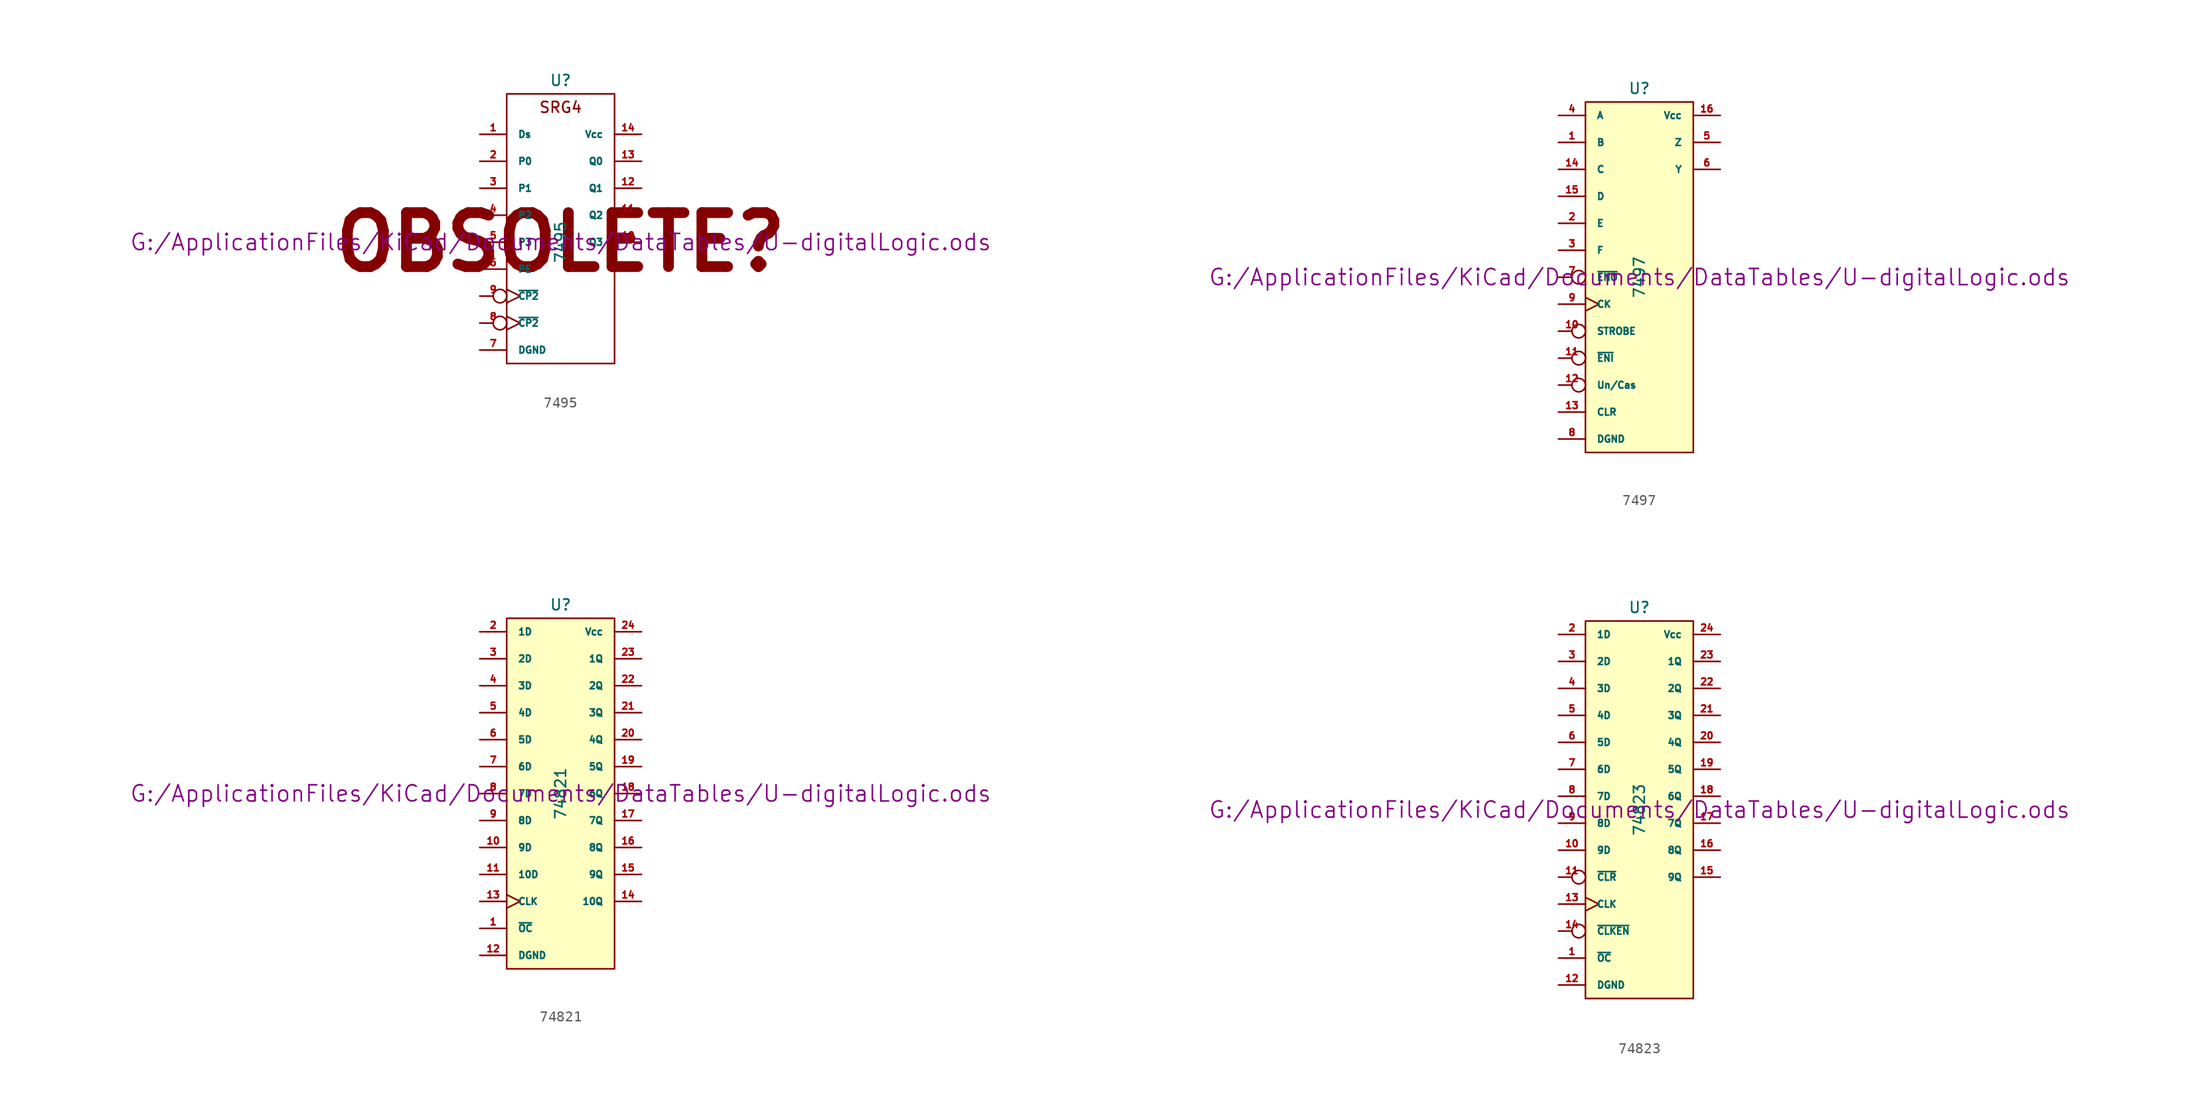
<source format=kicad_sym>
(kicad_symbol_lib
  (version 20211014)
  (generator kicad_symbol_editor)
  (symbol "7495"
    (pin_names
      (offset 1.016))
    (property "Reference" "U"
      (at 0 15.24 0)
      (effects (font (size 1.016 1.016))))
    (property "Value" "7495"
      (at 0 0 90)
      (effects (font (size 1.016 1.016))))
    (property "Footprint" ""
      (at 0 0 0)
      (effects (font (size 1.524 1.524))))
    (property "Datasheet" "G:/ApplicationFiles/KiCad/Documents/DataTables/U-digitalLogic.ods"
      (at 0 0 0)
      (effects (font (size 1.524 1.524))))
    (symbol "7495_0_0"
      (text "OBSOLETE?" (at 0 0 0) (effects (font (size 5.08 5.08) bold)))
      (text "SRG4" (at 0 12.7 0) (effects (font (size 1.016 1.016)))))
    (symbol "7495_0_1"
      (rectangle (start -5.08 13.97) (end 5.08 -11.43) (stroke (width 0) (type default) (color 0 0 0 0)) (fill (type none))))
    (symbol "7495_1_1"
      (pin input line (at -7.62 10.16 0) (length 2.54) (name "Ds" (effects (font (size 0.635 0.635)))) (number "1" (effects (font (size 0.635 0.635)))))
      (pin output line (at 7.62 0 180) (length 2.54) (name "Q3" (effects (font (size 0.635 0.635)))) (number "10" (effects (font (size 0.635 0.635)))))
      (pin output line (at 7.62 2.54 180) (length 2.54) (name "Q2" (effects (font (size 0.635 0.635)))) (number "11" (effects (font (size 0.635 0.635)))))
      (pin output line (at 7.62 5.08 180) (length 2.54) (name "Q1" (effects (font (size 0.635 0.635)))) (number "12" (effects (font (size 0.635 0.635)))))
      (pin output line (at 7.62 7.62 180) (length 2.54) (name "Q0" (effects (font (size 0.635 0.635)))) (number "13" (effects (font (size 0.635 0.635)))))
      (pin power_in line (at 7.62 10.16 180) (length 2.54) (name "Vcc" (effects (font (size 0.635 0.635)))) (number "14" (effects (font (size 0.635 0.635)))))
      (pin input line (at -7.62 7.62 0) (length 2.54) (name "P0" (effects (font (size 0.635 0.635)))) (number "2" (effects (font (size 0.635 0.635)))))
      (pin input line (at -7.62 5.08 0) (length 2.54) (name "P1" (effects (font (size 0.635 0.635)))) (number "3" (effects (font (size 0.635 0.635)))))
      (pin input line (at -7.62 2.54 0) (length 2.54) (name "P2" (effects (font (size 0.635 0.635)))) (number "4" (effects (font (size 0.635 0.635)))))
      (pin input line (at -7.62 0 0) (length 2.54) (name "P3" (effects (font (size 0.635 0.635)))) (number "5" (effects (font (size 0.635 0.635)))))
      (pin input line (at -7.62 -2.54 0) (length 2.54) (name "PE" (effects (font (size 0.635 0.635)))) (number "6" (effects (font (size 0.635 0.635)))))
      (pin power_in line (at -7.62 -10.16 0) (length 2.54) (name "DGND" (effects (font (size 0.635 0.635)))) (number "7" (effects (font (size 0.635 0.635)))))
      (pin input inverted_clock (at -7.62 -7.62 0) (length 2.54) (name "~{CP2}" (effects (font (size 0.635 0.635)))) (number "8" (effects (font (size 0.635 0.635)))))
      (pin input inverted_clock (at -7.62 -5.08 0) (length 2.54) (name "~{CP2}" (effects (font (size 0.635 0.635)))) (number "9" (effects (font (size 0.635 0.635)))))))
  (symbol "7497"
    (pin_names
      (offset 1.016))
    (property "Reference" "U"
      (at 0 17.78 0)
      (effects (font (size 1.016 1.016))))
    (property "Value" "7497"
      (at 0 0 90)
      (effects (font (size 1.016 1.016))))
    (property "Footprint" ""
      (at 0 0 0)
      (effects (font (size 1.524 1.524))))
    (property "Datasheet" "G:/ApplicationFiles/KiCad/Documents/DataTables/U-digitalLogic.ods"
      (at 0 0 0)
      (effects (font (size 1.524 1.524))))
    (symbol "7497_0_1"
      (rectangle (start -5.08 16.51) (end 5.08 -16.51) (stroke (width 0) (type default) (color 0 0 0 0)) (fill (type background))))
    (symbol "7497_1_1"
      (pin input line (at -7.62 12.7 0) (length 2.54) (name "B" (effects (font (size 0.635 0.635)))) (number "1" (effects (font (size 0.635 0.635)))))
      (pin input inverted (at -7.62 -5.08 0) (length 2.54) (name "STROBE" (effects (font (size 0.635 0.635)))) (number "10" (effects (font (size 0.635 0.635)))))
      (pin input inverted (at -7.62 -7.62 0) (length 2.54) (name "~{ENI}" (effects (font (size 0.635 0.635)))) (number "11" (effects (font (size 0.635 0.635)))))
      (pin input inverted (at -7.62 -10.16 0) (length 2.54) (name "Un/Cas" (effects (font (size 0.635 0.635)))) (number "12" (effects (font (size 0.635 0.635)))))
      (pin input line (at -7.62 -12.7 0) (length 2.54) (name "CLR" (effects (font (size 0.635 0.635)))) (number "13" (effects (font (size 0.635 0.635)))))
      (pin input line (at -7.62 10.16 0) (length 2.54) (name "C" (effects (font (size 0.635 0.635)))) (number "14" (effects (font (size 0.635 0.635)))))
      (pin input line (at -7.62 7.62 0) (length 2.54) (name "D" (effects (font (size 0.635 0.635)))) (number "15" (effects (font (size 0.635 0.635)))))
      (pin power_in line (at 7.62 15.24 180) (length 2.54) (name "Vcc" (effects (font (size 0.635 0.635)))) (number "16" (effects (font (size 0.635 0.635)))))
      (pin input line (at -7.62 5.08 0) (length 2.54) (name "E" (effects (font (size 0.635 0.635)))) (number "2" (effects (font (size 0.635 0.635)))))
      (pin input line (at -7.62 2.54 0) (length 2.54) (name "F" (effects (font (size 0.635 0.635)))) (number "3" (effects (font (size 0.635 0.635)))))
      (pin input line (at -7.62 15.24 0) (length 2.54) (name "A" (effects (font (size 0.635 0.635)))) (number "4" (effects (font (size 0.635 0.635)))))
      (pin output line (at 7.62 12.7 180) (length 2.54) (name "Z" (effects (font (size 0.635 0.635)))) (number "5" (effects (font (size 0.635 0.635)))))
      (pin output line (at 7.62 10.16 180) (length 2.54) (name "Y" (effects (font (size 0.635 0.635)))) (number "6" (effects (font (size 0.635 0.635)))))
      (pin input inverted (at -7.62 0 0) (length 2.54) (name "~{ENO}" (effects (font (size 0.635 0.635)))) (number "7" (effects (font (size 0.635 0.635)))))
      (pin power_in line (at -7.62 -15.24 0) (length 2.54) (name "DGND" (effects (font (size 0.635 0.635)))) (number "8" (effects (font (size 0.635 0.635)))))
      (pin input clock (at -7.62 -2.54 0) (length 2.54) (name "CK" (effects (font (size 0.635 0.635)))) (number "9" (effects (font (size 0.635 0.635)))))))
  (symbol "74821"
    (pin_names
      (offset 1.016))
    (property "Reference" "U"
      (at 0 17.78 0)
      (effects (font (size 1.016 1.016))))
    (property "Value" "74821"
      (at 0 0 90)
      (effects (font (size 1.016 1.016))))
    (property "Footprint" ""
      (at 0 0 0)
      (effects (font (size 1.524 1.524))))
    (property "Datasheet" "G:/ApplicationFiles/KiCad/Documents/DataTables/U-digitalLogic.ods"
      (at 0 0 0)
      (effects (font (size 1.524 1.524))))
    (symbol "74821_0_1"
      (rectangle (start -5.08 16.51) (end 5.08 -16.51) (stroke (width 0) (type default) (color 0 0 0 0)) (fill (type background))))
    (symbol "74821_1_1"
      (pin input line (at -7.62 -12.7 0) (length 2.54) (name "~{OC}" (effects (font (size 0.635 0.635)))) (number "1" (effects (font (size 0.635 0.635)))))
      (pin input line (at -7.62 -5.08 0) (length 2.54) (name "9D" (effects (font (size 0.635 0.635)))) (number "10" (effects (font (size 0.635 0.635)))))
      (pin input line (at -7.62 -7.62 0) (length 2.54) (name "10D" (effects (font (size 0.635 0.635)))) (number "11" (effects (font (size 0.635 0.635)))))
      (pin power_in line (at -7.62 -15.24 0) (length 2.54) (name "DGND" (effects (font (size 0.635 0.635)))) (number "12" (effects (font (size 0.635 0.635)))))
      (pin input clock (at -7.62 -10.16 0) (length 2.54) (name "CLK" (effects (font (size 0.635 0.635)))) (number "13" (effects (font (size 0.635 0.635)))))
      (pin tri_state line (at 7.62 -10.16 180) (length 2.54) (name "10Q" (effects (font (size 0.635 0.635)))) (number "14" (effects (font (size 0.635 0.635)))))
      (pin tri_state line (at 7.62 -7.62 180) (length 2.54) (name "9Q" (effects (font (size 0.635 0.635)))) (number "15" (effects (font (size 0.635 0.635)))))
      (pin tri_state line (at 7.62 -5.08 180) (length 2.54) (name "8Q" (effects (font (size 0.635 0.635)))) (number "16" (effects (font (size 0.635 0.635)))))
      (pin tri_state line (at 7.62 -2.54 180) (length 2.54) (name "7Q" (effects (font (size 0.635 0.635)))) (number "17" (effects (font (size 0.635 0.635)))))
      (pin tri_state line (at 7.62 0 180) (length 2.54) (name "6Q" (effects (font (size 0.635 0.635)))) (number "18" (effects (font (size 0.635 0.635)))))
      (pin tri_state line (at 7.62 2.54 180) (length 2.54) (name "5Q" (effects (font (size 0.635 0.635)))) (number "19" (effects (font (size 0.635 0.635)))))
      (pin input line (at -7.62 15.24 0) (length 2.54) (name "1D" (effects (font (size 0.635 0.635)))) (number "2" (effects (font (size 0.635 0.635)))))
      (pin tri_state line (at 7.62 5.08 180) (length 2.54) (name "4Q" (effects (font (size 0.635 0.635)))) (number "20" (effects (font (size 0.635 0.635)))))
      (pin tri_state line (at 7.62 7.62 180) (length 2.54) (name "3Q" (effects (font (size 0.635 0.635)))) (number "21" (effects (font (size 0.635 0.635)))))
      (pin tri_state line (at 7.62 10.16 180) (length 2.54) (name "2Q" (effects (font (size 0.635 0.635)))) (number "22" (effects (font (size 0.635 0.635)))))
      (pin tri_state line (at 7.62 12.7 180) (length 2.54) (name "1Q" (effects (font (size 0.635 0.635)))) (number "23" (effects (font (size 0.635 0.635)))))
      (pin power_in line (at 7.62 15.24 180) (length 2.54) (name "Vcc" (effects (font (size 0.635 0.635)))) (number "24" (effects (font (size 0.635 0.635)))))
      (pin input line (at -7.62 12.7 0) (length 2.54) (name "2D" (effects (font (size 0.635 0.635)))) (number "3" (effects (font (size 0.635 0.635)))))
      (pin input line (at -7.62 10.16 0) (length 2.54) (name "3D" (effects (font (size 0.635 0.635)))) (number "4" (effects (font (size 0.635 0.635)))))
      (pin input line (at -7.62 7.62 0) (length 2.54) (name "4D" (effects (font (size 0.635 0.635)))) (number "5" (effects (font (size 0.635 0.635)))))
      (pin input line (at -7.62 5.08 0) (length 2.54) (name "5D" (effects (font (size 0.635 0.635)))) (number "6" (effects (font (size 0.635 0.635)))))
      (pin input line (at -7.62 2.54 0) (length 2.54) (name "6D" (effects (font (size 0.635 0.635)))) (number "7" (effects (font (size 0.635 0.635)))))
      (pin input line (at -7.62 0 0) (length 2.54) (name "7D" (effects (font (size 0.635 0.635)))) (number "8" (effects (font (size 0.635 0.635)))))
      (pin input line (at -7.62 -2.54 0) (length 2.54) (name "8D" (effects (font (size 0.635 0.635)))) (number "9" (effects (font (size 0.635 0.635)))))))
  (symbol "74823"
    (pin_names
      (offset 1.016))
    (property "Reference" "U"
      (at 0 19.05 0)
      (effects (font (size 1.016 1.016))))
    (property "Value" "74823"
      (at 0 0 90)
      (effects (font (size 1.016 1.016))))
    (property "Footprint" ""
      (at 0 0 0)
      (effects (font (size 1.524 1.524))))
    (property "Datasheet" "G:/ApplicationFiles/KiCad/Documents/DataTables/U-digitalLogic.ods"
      (at 0 0 0)
      (effects (font (size 1.524 1.524))))
    (symbol "74823_0_1"
      (rectangle (start -5.08 17.78) (end 5.08 -17.78) (stroke (width 0) (type default) (color 0 0 0 0)) (fill (type background))))
    (symbol "74823_1_1"
      (pin input line (at -7.62 -13.97 0) (length 2.54) (name "~{OC}" (effects (font (size 0.635 0.635)))) (number "1" (effects (font (size 0.635 0.635)))))
      (pin input line (at -7.62 -3.81 0) (length 2.54) (name "9D" (effects (font (size 0.635 0.635)))) (number "10" (effects (font (size 0.635 0.635)))))
      (pin input inverted (at -7.62 -6.35 0) (length 2.54) (name "~{CLR}" (effects (font (size 0.635 0.635)))) (number "11" (effects (font (size 0.635 0.635)))))
      (pin power_in line (at -7.62 -16.51 0) (length 2.54) (name "DGND" (effects (font (size 0.635 0.635)))) (number "12" (effects (font (size 0.635 0.635)))))
      (pin input clock (at -7.62 -8.89 0) (length 2.54) (name "CLK" (effects (font (size 0.635 0.635)))) (number "13" (effects (font (size 0.635 0.635)))))
      (pin input inverted (at -7.62 -11.43 0) (length 2.54) (name "~{CLKEN}" (effects (font (size 0.635 0.635)))) (number "14" (effects (font (size 0.635 0.635)))))
      (pin tri_state line (at 7.62 -6.35 180) (length 2.54) (name "9Q" (effects (font (size 0.635 0.635)))) (number "15" (effects (font (size 0.635 0.635)))))
      (pin tri_state line (at 7.62 -3.81 180) (length 2.54) (name "8Q" (effects (font (size 0.635 0.635)))) (number "16" (effects (font (size 0.635 0.635)))))
      (pin tri_state line (at 7.62 -1.27 180) (length 2.54) (name "7Q" (effects (font (size 0.635 0.635)))) (number "17" (effects (font (size 0.635 0.635)))))
      (pin tri_state line (at 7.62 1.27 180) (length 2.54) (name "6Q" (effects (font (size 0.635 0.635)))) (number "18" (effects (font (size 0.635 0.635)))))
      (pin tri_state line (at 7.62 3.81 180) (length 2.54) (name "5Q" (effects (font (size 0.635 0.635)))) (number "19" (effects (font (size 0.635 0.635)))))
      (pin input line (at -7.62 16.51 0) (length 2.54) (name "1D" (effects (font (size 0.635 0.635)))) (number "2" (effects (font (size 0.635 0.635)))))
      (pin tri_state line (at 7.62 6.35 180) (length 2.54) (name "4Q" (effects (font (size 0.635 0.635)))) (number "20" (effects (font (size 0.635 0.635)))))
      (pin tri_state line (at 7.62 8.89 180) (length 2.54) (name "3Q" (effects (font (size 0.635 0.635)))) (number "21" (effects (font (size 0.635 0.635)))))
      (pin tri_state line (at 7.62 11.43 180) (length 2.54) (name "2Q" (effects (font (size 0.635 0.635)))) (number "22" (effects (font (size 0.635 0.635)))))
      (pin tri_state line (at 7.62 13.97 180) (length 2.54) (name "1Q" (effects (font (size 0.635 0.635)))) (number "23" (effects (font (size 0.635 0.635)))))
      (pin power_in line (at 7.62 16.51 180) (length 2.54) (name "Vcc" (effects (font (size 0.635 0.635)))) (number "24" (effects (font (size 0.635 0.635)))))
      (pin input line (at -7.62 13.97 0) (length 2.54) (name "2D" (effects (font (size 0.635 0.635)))) (number "3" (effects (font (size 0.635 0.635)))))
      (pin input line (at -7.62 11.43 0) (length 2.54) (name "3D" (effects (font (size 0.635 0.635)))) (number "4" (effects (font (size 0.635 0.635)))))
      (pin input line (at -7.62 8.89 0) (length 2.54) (name "4D" (effects (font (size 0.635 0.635)))) (number "5" (effects (font (size 0.635 0.635)))))
      (pin input line (at -7.62 6.35 0) (length 2.54) (name "5D" (effects (font (size 0.635 0.635)))) (number "6" (effects (font (size 0.635 0.635)))))
      (pin input line (at -7.62 3.81 0) (length 2.54) (name "6D" (effects (font (size 0.635 0.635)))) (number "7" (effects (font (size 0.635 0.635)))))
      (pin input line (at -7.62 1.27 0) (length 2.54) (name "7D" (effects (font (size 0.635 0.635)))) (number "8" (effects (font (size 0.635 0.635)))))
      (pin input line (at -7.62 -1.27 0) (length 2.54) (name "8D" (effects (font (size 0.635 0.635)))) (number "9" (effects (font (size 0.635 0.635))))))))
</source>
